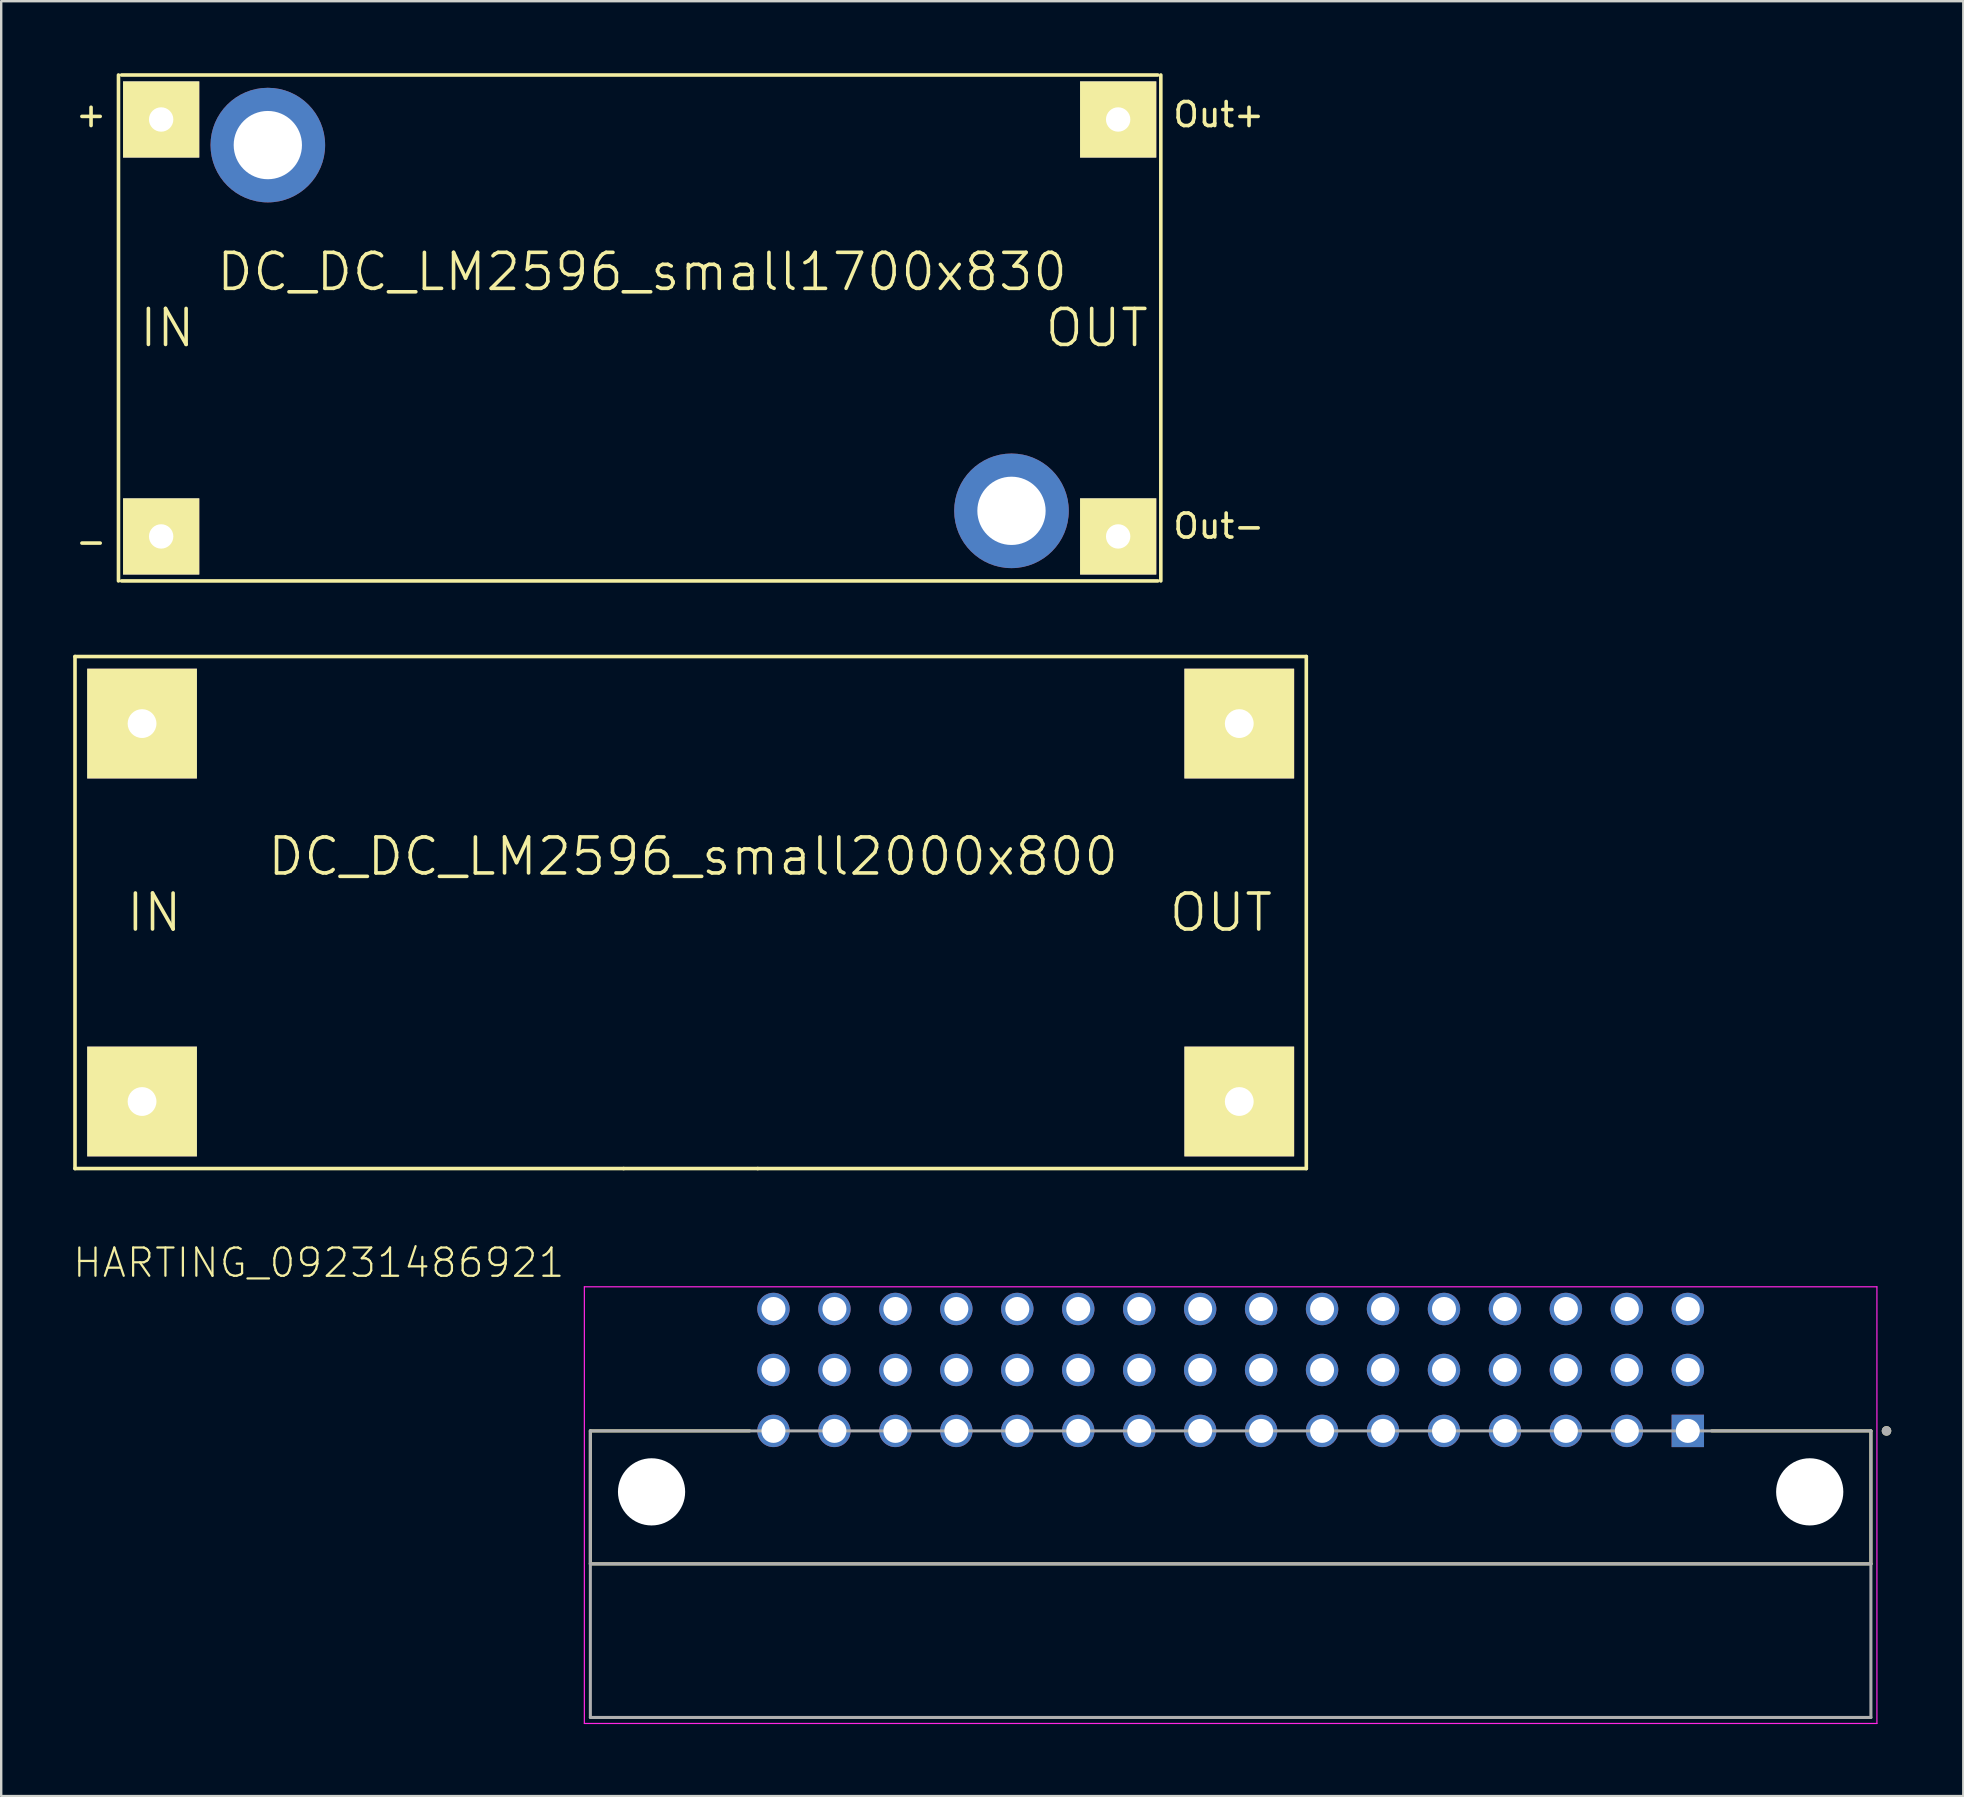
<source format=kicad_pcb>
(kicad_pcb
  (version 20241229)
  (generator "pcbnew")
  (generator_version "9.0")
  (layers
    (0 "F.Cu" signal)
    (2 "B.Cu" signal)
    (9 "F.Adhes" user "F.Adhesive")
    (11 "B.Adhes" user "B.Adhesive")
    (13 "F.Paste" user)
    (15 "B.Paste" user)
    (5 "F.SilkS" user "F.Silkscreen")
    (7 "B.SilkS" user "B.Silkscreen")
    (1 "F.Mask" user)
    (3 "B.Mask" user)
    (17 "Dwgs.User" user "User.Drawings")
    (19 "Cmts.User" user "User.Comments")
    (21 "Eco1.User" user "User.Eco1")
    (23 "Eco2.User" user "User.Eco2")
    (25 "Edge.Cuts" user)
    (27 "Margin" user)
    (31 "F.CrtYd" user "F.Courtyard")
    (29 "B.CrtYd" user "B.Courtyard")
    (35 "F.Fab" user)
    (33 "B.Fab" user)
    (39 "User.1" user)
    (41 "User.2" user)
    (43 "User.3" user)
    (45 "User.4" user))
  (footprint "DC_DC_LM2596_small2000x800"
    (layer "F.Cu")
    (at 25.729 34.975)
    (property "Reference" "DC_DC_LM2596_small2000x800" (at 0.102 -2.337 0) (layer "F.SilkS") (effects (font (size 1.5 1.5) (thickness 0.15))))
    (attr through_hole)
    (fp_line (start -25.654 -10.668) (end 25.654 -10.668) (stroke (width 0.15) (type solid)) (layer "F.SilkS"))
    (fp_line (start -25.654 10.668) (end -25.654 -10.668) (stroke (width 0.15) (type solid)) (layer "F.SilkS"))
    (fp_line (start -25.654 10.668) (end -2.794 10.668) (stroke (width 0.15) (type solid)) (layer "F.SilkS"))
    (fp_line (start 2.794 10.668) (end -2.794 10.668) (stroke (width 0.15) (type solid)) (layer "F.SilkS"))
    (fp_line (start 2.794 10.668) (end 25.654 10.668) (stroke (width 0.15) (type solid)) (layer "F.SilkS"))
    (fp_line (start 25.654 10.668) (end 25.654 -10.668) (stroke (width 0.15) (type solid)) (layer "F.SilkS"))
    (fp_text user "OUT" (at 22.098 0 0) (layer "F.SilkS") (effects (font (size 1.5 1.5) (thickness 0.15))))
    (fp_text user "IN" (at -22.352 0 0) (layer "F.SilkS") (effects (font (size 1.5 1.5) (thickness 0.15))))
    (pad "1" thru_hole rect (at -22.86 -7.874) (size 4.572 4.572) (drill 1.2) (layers "*.Cu" "*.Mask" "F.SilkS"))
    (pad "2" thru_hole rect (at -22.86 7.874) (size 4.572 4.572) (drill 1.2) (layers "*.Cu" "*.Mask" "F.SilkS"))
    (pad "3" thru_hole rect (at 22.86 -7.874) (size 4.572 4.572) (drill 1.2) (layers "*.Cu" "*.Mask" "F.SilkS"))
    (pad "4" thru_hole rect (at 22.86 7.874) (size 4.572 4.572) (drill 1.2) (layers "*.Cu" "*.Mask" "F.SilkS")))
  (footprint "HARTING_09231486921"
    (layer "F.Cu")
    (at 67.28 56.575)
    (property "Reference" "HARTING_09231486921" (at -46.73 -7.005 180) (layer "F.SilkS") (effects (font (size 1.177 1.177) (thickness 0.093)) (justify right)))
    (fp_line (start -45.73 0) (end -39.095 0) (stroke (width 0.127) (type solid)) (layer "F.SilkS"))
    (fp_line (start -45.73 5.54) (end -45.73 0) (stroke (width 0.127) (type solid)) (layer "F.SilkS"))
    (fp_line (start -45.73 5.54) (end 7.63 5.54) (stroke (width 0.127) (type solid)) (layer "F.SilkS"))
    (fp_line (start 0.995 0) (end 7.63 0) (stroke (width 0.127) (type solid)) (layer "F.SilkS"))
    (fp_line (start 7.63 0) (end 7.63 5.54) (stroke (width 0.127) (type solid)) (layer "F.SilkS"))
    (fp_circle (center 8.28 0) (end 8.38 0) (stroke (width 0.2) (type solid)) (fill no) (layer "F.SilkS"))
    (fp_line (start -45.98 -6.005) (end 7.88 -6.005) (stroke (width 0.05) (type solid)) (layer "F.CrtYd"))
    (fp_line (start -45.98 12.19) (end -45.98 -6.005) (stroke (width 0.05) (type solid)) (layer "F.CrtYd"))
    (fp_line (start 7.88 -6.005) (end 7.88 12.19) (stroke (width 0.05) (type solid)) (layer "F.CrtYd"))
    (fp_line (start 7.88 12.19) (end -45.98 12.19) (stroke (width 0.05) (type solid)) (layer "F.CrtYd"))
    (fp_line (start -45.73 0) (end 7.63 0) (stroke (width 0.127) (type solid)) (layer "F.Fab"))
    (fp_line (start -45.73 5.54) (end -45.73 0) (stroke (width 0.127) (type solid)) (layer "F.Fab"))
    (fp_line (start -45.73 5.54) (end -45.73 11.94) (stroke (width 0.127) (type solid)) (layer "F.Fab"))
    (fp_line (start -45.73 11.94) (end 7.63 11.94) (stroke (width 0.127) (type solid)) (layer "F.Fab"))
    (fp_line (start 7.63 0) (end 7.63 5.54) (stroke (width 0.127) (type solid)) (layer "F.Fab"))
    (fp_line (start 7.63 5.54) (end -45.73 5.54) (stroke (width 0.127) (type solid)) (layer "F.Fab"))
    (fp_line (start 7.63 11.94) (end 7.63 5.54) (stroke (width 0.127) (type solid)) (layer "F.Fab"))
    (fp_circle (center 8.28 0) (end 8.38 0) (stroke (width 0.2) (type solid)) (fill no) (layer "F.Fab"))
    (pad "" np_thru_hole circle (at -43.18 2.54) (size 2.8 2.8) (drill 2.8) (layers "*.Cu" "*.Mask"))
    (pad "" np_thru_hole circle (at 5.08 2.54) (size 2.8 2.8) (drill 2.8) (layers "*.Cu" "*.Mask"))
    (pad "1" thru_hole rect (at 0 0) (size 1.35 1.35) (drill 1) (layers "*.Cu" "*.Mask"))
    (pad "2" thru_hole circle (at -2.54 0) (size 1.35 1.35) (drill 1) (layers "*.Cu" "*.Mask"))
    (pad "3" thru_hole circle (at -5.08 0) (size 1.35 1.35) (drill 1) (layers "*.Cu" "*.Mask"))
    (pad "4" thru_hole circle (at -7.62 0) (size 1.35 1.35) (drill 1) (layers "*.Cu" "*.Mask"))
    (pad "5" thru_hole circle (at -10.16 0) (size 1.35 1.35) (drill 1) (layers "*.Cu" "*.Mask"))
    (pad "6" thru_hole circle (at -12.7 0) (size 1.35 1.35) (drill 1) (layers "*.Cu" "*.Mask"))
    (pad "7" thru_hole circle (at -15.24 0) (size 1.35 1.35) (drill 1) (layers "*.Cu" "*.Mask"))
    (pad "8" thru_hole circle (at -17.78 0) (size 1.35 1.35) (drill 1) (layers "*.Cu" "*.Mask"))
    (pad "9" thru_hole circle (at -20.32 0) (size 1.35 1.35) (drill 1) (layers "*.Cu" "*.Mask"))
    (pad "10" thru_hole circle (at -22.86 0) (size 1.35 1.35) (drill 1) (layers "*.Cu" "*.Mask"))
    (pad "11" thru_hole circle (at -25.4 0) (size 1.35 1.35) (drill 1) (layers "*.Cu" "*.Mask"))
    (pad "12" thru_hole circle (at -27.94 0) (size 1.35 1.35) (drill 1) (layers "*.Cu" "*.Mask"))
    (pad "13" thru_hole circle (at -30.48 0) (size 1.35 1.35) (drill 1) (layers "*.Cu" "*.Mask"))
    (pad "14" thru_hole circle (at -33.02 0) (size 1.35 1.35) (drill 1) (layers "*.Cu" "*.Mask"))
    (pad "15" thru_hole circle (at -35.56 0) (size 1.35 1.35) (drill 1) (layers "*.Cu" "*.Mask"))
    (pad "16" thru_hole circle (at -38.1 0) (size 1.35 1.35) (drill 1) (layers "*.Cu" "*.Mask"))
    (pad "17" thru_hole circle (at 0 -2.54) (size 1.35 1.35) (drill 1) (layers "*.Cu" "*.Mask"))
    (pad "18" thru_hole circle (at -2.54 -2.54) (size 1.35 1.35) (drill 1) (layers "*.Cu" "*.Mask"))
    (pad "19" thru_hole circle (at -5.08 -2.54) (size 1.35 1.35) (drill 1) (layers "*.Cu" "*.Mask"))
    (pad "20" thru_hole circle (at -7.62 -2.54) (size 1.35 1.35) (drill 1) (layers "*.Cu" "*.Mask"))
    (pad "21" thru_hole circle (at -10.16 -2.54) (size 1.35 1.35) (drill 1) (layers "*.Cu" "*.Mask"))
    (pad "22" thru_hole circle (at -12.7 -2.54) (size 1.35 1.35) (drill 1) (layers "*.Cu" "*.Mask"))
    (pad "23" thru_hole circle (at -15.24 -2.54) (size 1.35 1.35) (drill 1) (layers "*.Cu" "*.Mask"))
    (pad "24" thru_hole circle (at -17.78 -2.54) (size 1.35 1.35) (drill 1) (layers "*.Cu" "*.Mask"))
    (pad "25" thru_hole circle (at -20.32 -2.54) (size 1.35 1.35) (drill 1) (layers "*.Cu" "*.Mask"))
    (pad "26" thru_hole circle (at -22.86 -2.54) (size 1.35 1.35) (drill 1) (layers "*.Cu" "*.Mask"))
    (pad "27" thru_hole circle (at -25.4 -2.54) (size 1.35 1.35) (drill 1) (layers "*.Cu" "*.Mask"))
    (pad "28" thru_hole circle (at -27.94 -2.54) (size 1.35 1.35) (drill 1) (layers "*.Cu" "*.Mask"))
    (pad "29" thru_hole circle (at -30.48 -2.54) (size 1.35 1.35) (drill 1) (layers "*.Cu" "*.Mask"))
    (pad "30" thru_hole circle (at -33.02 -2.54) (size 1.35 1.35) (drill 1) (layers "*.Cu" "*.Mask"))
    (pad "31" thru_hole circle (at -35.56 -2.54) (size 1.35 1.35) (drill 1) (layers "*.Cu" "*.Mask"))
    (pad "32" thru_hole circle (at -38.1 -2.54) (size 1.35 1.35) (drill 1) (layers "*.Cu" "*.Mask"))
    (pad "33" thru_hole circle (at 0 -5.08) (size 1.35 1.35) (drill 1) (layers "*.Cu" "*.Mask"))
    (pad "34" thru_hole circle (at -2.54 -5.08) (size 1.35 1.35) (drill 1) (layers "*.Cu" "*.Mask"))
    (pad "35" thru_hole circle (at -5.08 -5.08) (size 1.35 1.35) (drill 1) (layers "*.Cu" "*.Mask"))
    (pad "36" thru_hole circle (at -7.62 -5.08) (size 1.35 1.35) (drill 1) (layers "*.Cu" "*.Mask"))
    (pad "37" thru_hole circle (at -10.16 -5.08) (size 1.35 1.35) (drill 1) (layers "*.Cu" "*.Mask"))
    (pad "38" thru_hole circle (at -12.7 -5.08) (size 1.35 1.35) (drill 1) (layers "*.Cu" "*.Mask"))
    (pad "39" thru_hole circle (at -15.24 -5.08) (size 1.35 1.35) (drill 1) (layers "*.Cu" "*.Mask"))
    (pad "40" thru_hole circle (at -17.78 -5.08) (size 1.35 1.35) (drill 1) (layers "*.Cu" "*.Mask"))
    (pad "41" thru_hole circle (at -20.32 -5.08) (size 1.35 1.35) (drill 1) (layers "*.Cu" "*.Mask"))
    (pad "42" thru_hole circle (at -22.86 -5.08) (size 1.35 1.35) (drill 1) (layers "*.Cu" "*.Mask"))
    (pad "43" thru_hole circle (at -25.4 -5.08) (size 1.35 1.35) (drill 1) (layers "*.Cu" "*.Mask"))
    (pad "44" thru_hole circle (at -27.94 -5.08) (size 1.35 1.35) (drill 1) (layers "*.Cu" "*.Mask"))
    (pad "45" thru_hole circle (at -30.48 -5.08) (size 1.35 1.35) (drill 1) (layers "*.Cu" "*.Mask"))
    (pad "46" thru_hole circle (at -33.02 -5.08) (size 1.35 1.35) (drill 1) (layers "*.Cu" "*.Mask"))
    (pad "47" thru_hole circle (at -35.56 -5.08) (size 1.35 1.35) (drill 1) (layers "*.Cu" "*.Mask"))
    (pad "48" thru_hole circle (at -38.1 -5.08) (size 1.35 1.35) (drill 1) (layers "*.Cu" "*.Mask")))
  (footprint "DC_DC_LM2596_small1700x830"
    (layer "F.Cu")
    (at 23.604 10.616)
    (property "Reference" "DC_DC_LM2596_small1700x830" (at 0.102 -2.337 0) (layer "F.SilkS") (effects (font (size 1.5 1.5) (thickness 0.15))))
    (attr through_hole)
    (fp_line (start -21.717 10.541) (end -21.717 -10.541) (stroke (width 0.15) (type solid)) (layer "F.SilkS"))
    (fp_line (start -21.59 -10.541) (end 21.59 -10.541) (stroke (width 0.15) (type solid)) (layer "F.SilkS"))
    (fp_line (start -21.59 10.541) (end 21.59 10.541) (stroke (width 0.15) (type solid)) (layer "F.SilkS"))
    (fp_line (start 21.717 10.541) (end 21.717 -10.541) (stroke (width 0.15) (type solid)) (layer "F.SilkS"))
    (fp_text user "-" (at -22.86 8.89 0) (unlocked yes) (layer "F.SilkS") (effects (font (size 1 1) (thickness 0.15))))
    (fp_text user "+" (at -22.86 -8.89 0) (unlocked yes) (layer "F.SilkS") (effects (font (size 1 1) (thickness 0.15))))
    (fp_text user "IN" (at -19.685 0 0) (layer "F.SilkS") (effects (font (size 1.5 1.5) (thickness 0.15))))
    (fp_text user "Out-" (at 24.13 8.255 0) (unlocked yes) (layer "F.SilkS") (effects (font (size 1 1) (thickness 0.15))))
    (fp_text user "Out+" (at 24.13 -8.89 0) (unlocked yes) (layer "F.SilkS") (effects (font (size 1 1) (thickness 0.15))))
    (fp_text user "OUT" (at 19.05 0 0) (layer "F.SilkS") (effects (font (size 1.5 1.5) (thickness 0.15))))
    (pad "" np_thru_hole circle (at -15.494 -7.62) (size 4.775 4.775) (drill 2.845) (layers "*.Cu" "*.Mask"))
    (pad "" np_thru_hole circle (at 15.494 7.62) (size 4.775 4.775) (drill 2.845) (layers "*.Cu" "*.Mask"))
    (pad "1" thru_hole rect (at -19.939 -8.687) (size 3.175 3.175) (drill 1.016) (layers "*.Cu" "*.Mask" "F.SilkS"))
    (pad "2" thru_hole rect (at -19.939 8.687) (size 3.175 3.175) (drill 1.016) (layers "*.Cu" "*.Mask" "F.SilkS"))
    (pad "3" thru_hole rect (at 19.939 -8.687) (size 3.175 3.175) (drill 1.016) (layers "*.Cu" "*.Mask" "F.SilkS"))
    (pad "4" thru_hole rect (at 19.939 8.687) (size 3.175 3.175) (drill 1.016) (layers "*.Cu" "*.Mask" "F.SilkS")))
  (gr_rect
    (start -3 -3)
    (end 78.76 71.79)
    (stroke (width 0.1) (type default))
    (fill no)
    (layer "Edge.Cuts")))
</source>
